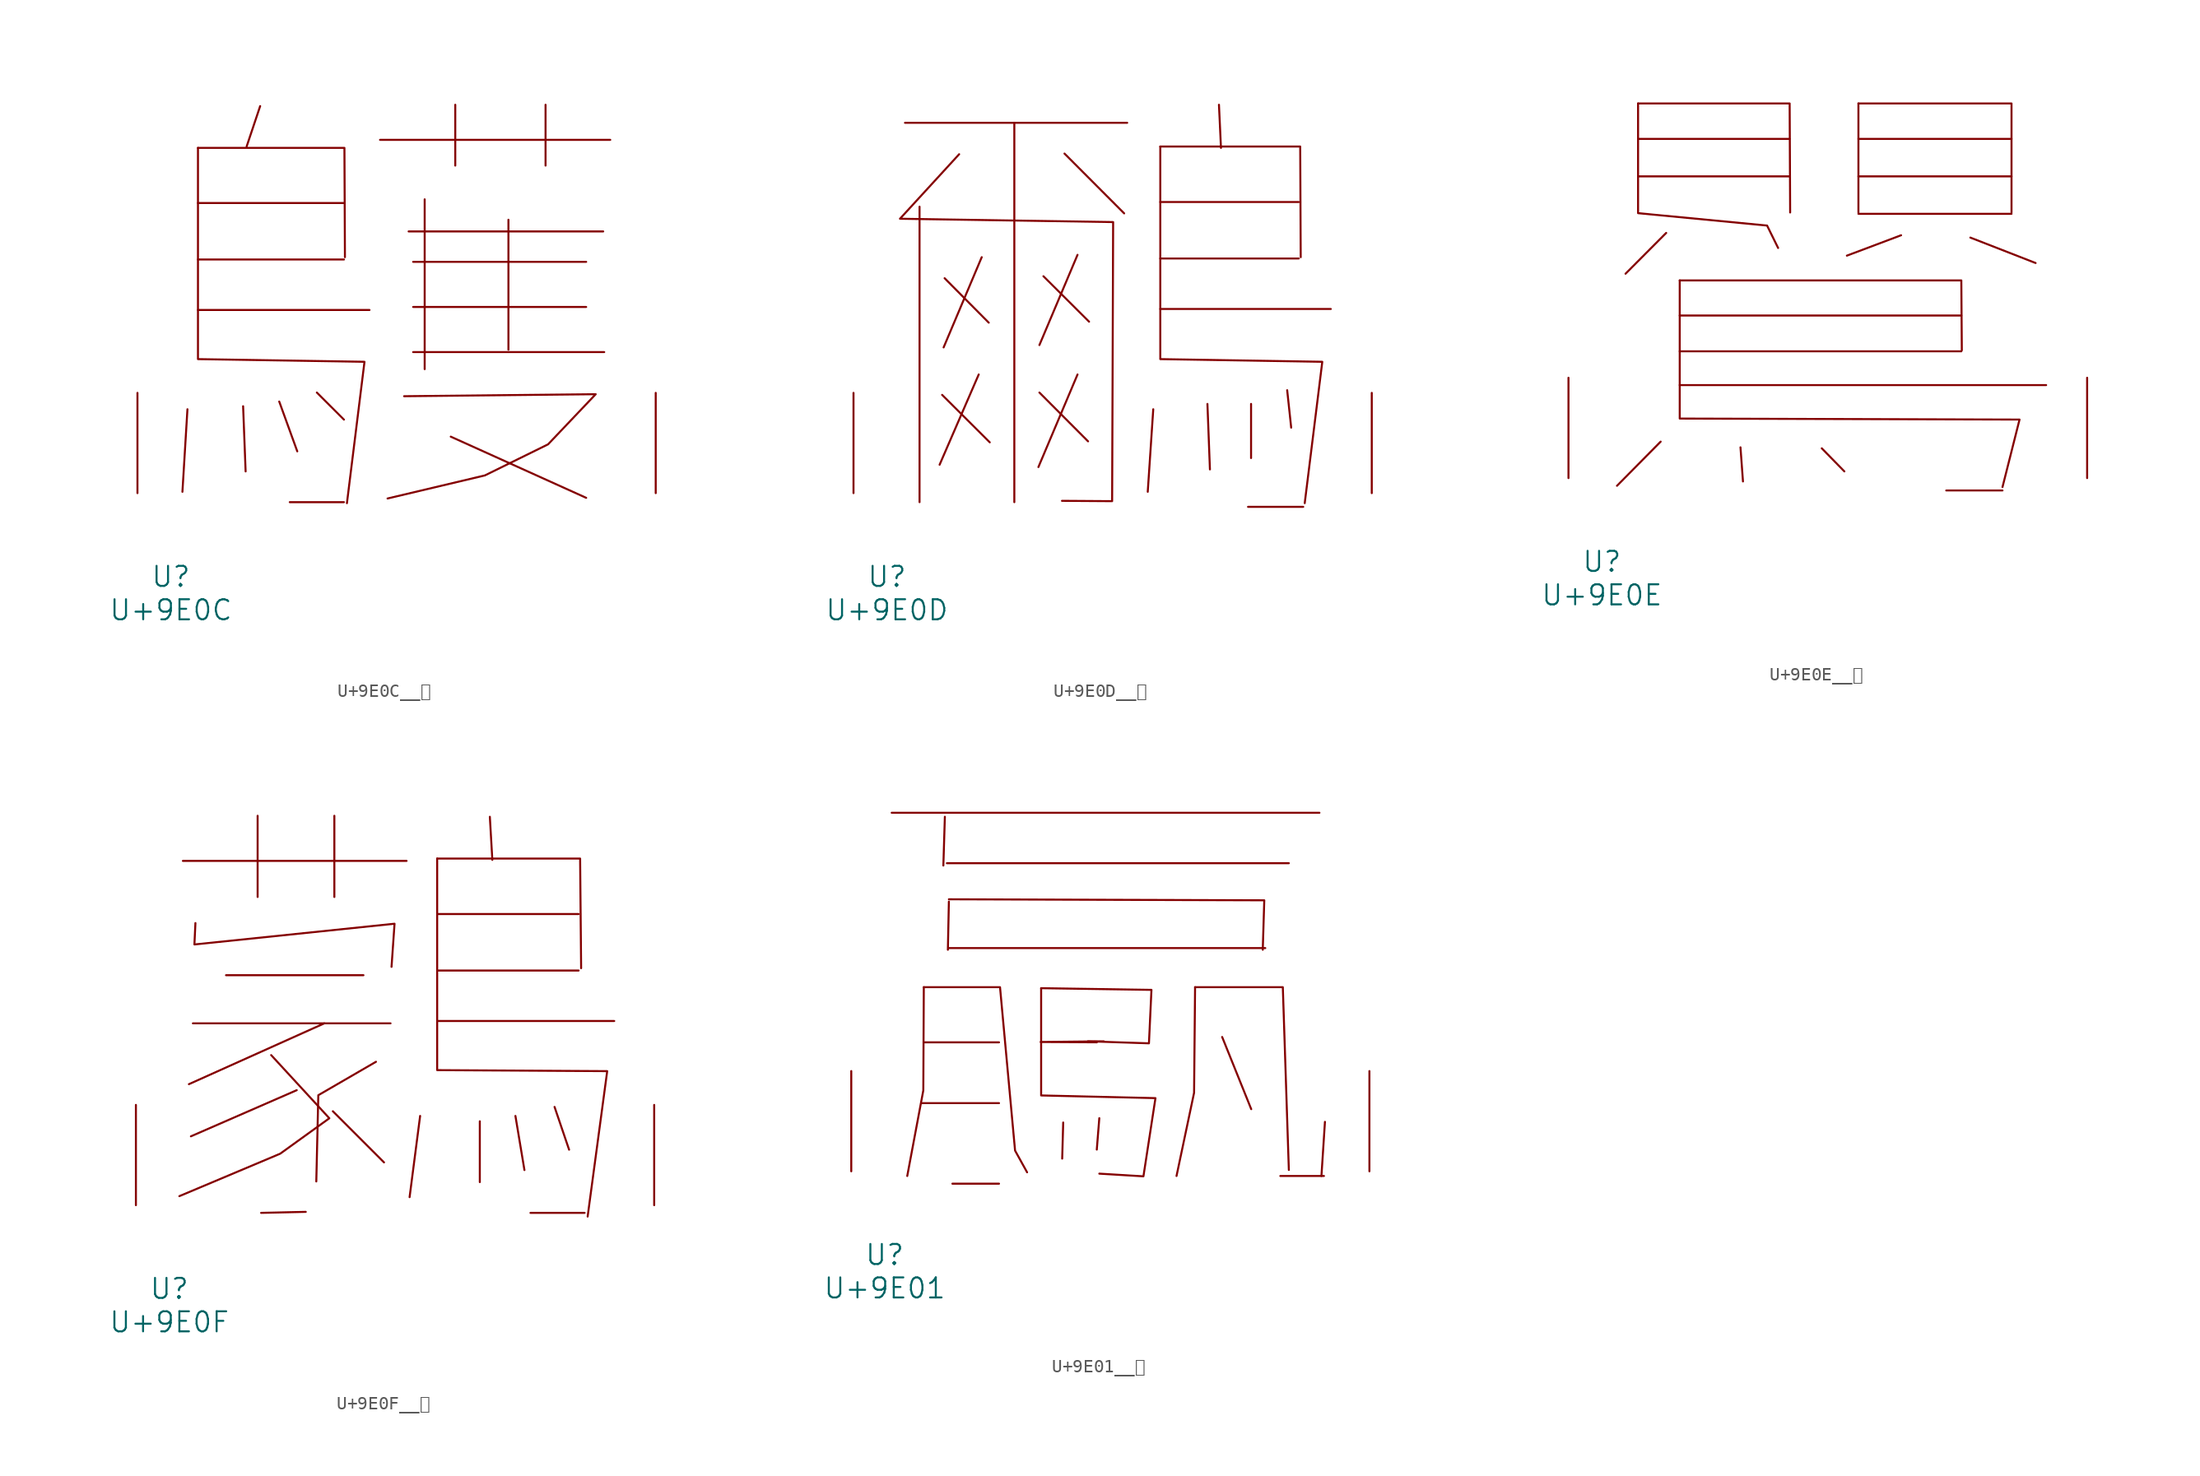
<source format=kicad_sym>
(kicad_symbol_lib
  (version 20231120)
  (generator "kicad_symbol_editor")
  (generator_version "8.0")
  (symbol "U+9E0C__鸌"
    (pin_names
      (offset 1.016))
    (property "Reference" "U"
      (at 0 -6.35 0)
      (effects (font (size 1.524 1.524))))
    (property "Value" "U+9E0C"
      (at 0 -8.89 0)
      (effects (font (size 1.524 1.524))))
    (symbol "U+9E0C__鸌_0_1"
      (polyline (pts (xy 1.257 6.375) (xy 0.876 0.102)) (stroke (width 0) (type solid)) (fill (type none)))
      (polyline (pts (xy 2.057 13.919) (xy 15.088 13.919)) (stroke (width 0) (type solid)) (fill (type none)))
      (polyline (pts (xy 2.057 17.755) (xy 13.145 17.755)) (stroke (width 0) (type solid)) (fill (type none)))
      (polyline (pts (xy 2.057 22.047) (xy 13.145 22.047)) (stroke (width 0) (type solid)) (fill (type none)))
      (polyline (pts (xy 5.486 6.604) (xy 5.677 1.651)) (stroke (width 0) (type solid)) (fill (type none)))
      (polyline (pts (xy 6.782 29.413) (xy 5.753 26.34)) (stroke (width 0) (type solid)) (fill (type none)))
      (polyline (pts (xy 8.23 6.96) (xy 9.601 3.175)) (stroke (width 0) (type solid)) (fill (type none)))
      (polyline (pts (xy 11.087 7.645) (xy 13.145 5.588)) (stroke (width 0) (type solid)) (fill (type none)))
      (polyline (pts (xy 13.145 -0.686) (xy 9.03 -0.686)) (stroke (width 0) (type solid)) (fill (type none)))
      (polyline (pts (xy 15.888 26.848) (xy 33.376 26.848)) (stroke (width 0) (type solid)) (fill (type none)))
      (polyline (pts (xy 18.059 19.888) (xy 32.842 19.888)) (stroke (width 0) (type solid)) (fill (type none)))
      (polyline (pts (xy 18.402 10.719) (xy 32.918 10.719)) (stroke (width 0) (type solid)) (fill (type none)))
      (polyline (pts (xy 18.402 14.148) (xy 31.547 14.148)) (stroke (width 0) (type solid)) (fill (type none)))
      (polyline (pts (xy 18.402 17.577) (xy 31.547 17.577)) (stroke (width 0) (type solid)) (fill (type none)))
      (polyline (pts (xy 19.279 22.327) (xy 19.279 9.423)) (stroke (width 0) (type solid)) (fill (type none)))
      (polyline (pts (xy 21.26 4.293) (xy 31.547 -0.356)) (stroke (width 0) (type solid)) (fill (type none)))
      (polyline (pts (xy 21.603 29.515) (xy 21.603 24.892)) (stroke (width 0) (type solid)) (fill (type none)))
      (polyline (pts (xy 25.641 20.777) (xy 25.641 10.897)) (stroke (width 0) (type solid)) (fill (type none)))
      (polyline (pts (xy 28.461 29.515) (xy 28.461 24.892)) (stroke (width 0) (type solid)) (fill (type none)))
      (polyline (pts (xy 2.057 26.238) (xy 13.183 26.238) (xy 13.221 17.932)) (stroke (width 0) (type solid)) (fill (type none)))
      (polyline (pts (xy 2.057 26.238) (xy 2.057 10.185) (xy 14.707 9.982) (xy 13.373 -0.762)) (stroke (width 0) (type solid)) (fill (type none)))
      (polyline (pts (xy 17.716 7.366) (xy 32.271 7.518) (xy 28.651 3.708) (xy 23.851 1.346) (xy 16.459 -0.406)) (stroke (width 0) (type solid)) (fill (type none)))
      (pin input line (at -2.54 0 90) (length 7.62) (name "~" (effects (font (size 1.27 1.27)))) (number "~" (effects (font (size 1.27 1.27)))))
      (pin input line (at 36.83 0 90) (length 7.62) (name "~" (effects (font (size 1.27 1.27)))) (number "~" (effects (font (size 1.27 1.27)))))))
  (symbol "U+9E0D__鸍"
    (pin_names
      (offset 1.016))
    (property "Reference" "U"
      (at 0 -6.35 0)
      (effects (font (size 1.524 1.524))))
    (property "Value" "U+9E0D"
      (at 0 -8.89 0)
      (effects (font (size 1.524 1.524))))
    (symbol "U+9E0D__鸍_0_1"
      (polyline (pts (xy 1.372 28.143) (xy 18.25 28.143)) (stroke (width 0) (type solid)) (fill (type none)))
      (polyline (pts (xy 2.477 21.768) (xy 2.477 -0.686)) (stroke (width 0) (type solid)) (fill (type none)))
      (polyline (pts (xy 4.191 7.468) (xy 7.811 3.861)) (stroke (width 0) (type solid)) (fill (type none)))
      (polyline (pts (xy 4.381 16.332) (xy 7.734 12.954)) (stroke (width 0) (type solid)) (fill (type none)))
      (polyline (pts (xy 6.972 9.017) (xy 4 2.159)) (stroke (width 0) (type solid)) (fill (type none)))
      (polyline (pts (xy 7.201 17.932) (xy 4.305 11.074)) (stroke (width 0) (type solid)) (fill (type none)))
      (polyline (pts (xy 9.677 28.143) (xy 9.677 -0.686)) (stroke (width 0) (type solid)) (fill (type none)))
      (polyline (pts (xy 11.582 7.645) (xy 15.278 3.937)) (stroke (width 0) (type solid)) (fill (type none)))
      (polyline (pts (xy 11.887 16.485) (xy 15.354 13.03)) (stroke (width 0) (type solid)) (fill (type none)))
      (polyline (pts (xy 13.487 25.806) (xy 18.021 21.26)) (stroke (width 0) (type solid)) (fill (type none)))
      (polyline (pts (xy 14.478 9.017) (xy 11.506 1.981)) (stroke (width 0) (type solid)) (fill (type none)))
      (polyline (pts (xy 14.478 18.11) (xy 11.582 11.252)) (stroke (width 0) (type solid)) (fill (type none)))
      (polyline (pts (xy 20.231 6.375) (xy 19.812 0.102)) (stroke (width 0) (type solid)) (fill (type none)))
      (polyline (pts (xy 20.765 13.995) (xy 33.718 13.995)) (stroke (width 0) (type solid)) (fill (type none)))
      (polyline (pts (xy 20.765 17.831) (xy 31.28 17.831)) (stroke (width 0) (type solid)) (fill (type none)))
      (polyline (pts (xy 20.765 22.123) (xy 31.28 22.123)) (stroke (width 0) (type solid)) (fill (type none)))
      (polyline (pts (xy 24.346 6.782) (xy 24.536 1.803)) (stroke (width 0) (type solid)) (fill (type none)))
      (polyline (pts (xy 25.222 29.515) (xy 25.375 26.238)) (stroke (width 0) (type solid)) (fill (type none)))
      (polyline (pts (xy 27.432 -1.041) (xy 31.623 -1.041)) (stroke (width 0) (type solid)) (fill (type none)))
      (polyline (pts (xy 27.661 6.782) (xy 27.661 2.667)) (stroke (width 0) (type solid)) (fill (type none)))
      (polyline (pts (xy 30.404 7.823) (xy 30.709 4.978)) (stroke (width 0) (type solid)) (fill (type none)))
      (polyline (pts (xy 20.765 26.34) (xy 31.394 26.34) (xy 31.433 17.932)) (stroke (width 0) (type solid)) (fill (type none)))
      (polyline (pts (xy 20.765 26.34) (xy 20.765 10.185) (xy 33.071 9.982) (xy 31.737 -0.762)) (stroke (width 0) (type solid)) (fill (type none)))
      (polyline (pts (xy 5.486 25.756) (xy 0.991 20.853) (xy 17.183 20.599) (xy 17.107 -0.61) (xy 13.297 -0.584)) (stroke (width 0) (type solid)) (fill (type none)))
      (pin input line (at -2.54 0 90) (length 7.62) (name "~" (effects (font (size 1.27 1.27)))) (number "~" (effects (font (size 1.27 1.27)))))
      (pin input line (at 36.83 0 90) (length 7.62) (name "~" (effects (font (size 1.27 1.27)))) (number "~" (effects (font (size 1.27 1.27)))))))
  (symbol "U+9E0E__鸎"
    (pin_names
      (offset 1.016))
    (property "Reference" "U"
      (at 0 -6.35 0)
      (effects (font (size 1.524 1.524))))
    (property "Value" "U+9E0E"
      (at 0 -8.89 0)
      (effects (font (size 1.524 1.524))))
    (symbol "U+9E0E__鸎_0_1"
      (polyline (pts (xy 2.743 22.911) (xy 14.249 22.911)) (stroke (width 0) (type solid)) (fill (type none)))
      (polyline (pts (xy 2.743 25.756) (xy 14.249 25.756)) (stroke (width 0) (type solid)) (fill (type none)))
      (polyline (pts (xy 4.458 2.769) (xy 1.143 -0.584)) (stroke (width 0) (type solid)) (fill (type none)))
      (polyline (pts (xy 4.877 18.618) (xy 1.791 15.519)) (stroke (width 0) (type solid)) (fill (type none)))
      (polyline (pts (xy 5.905 7.061) (xy 33.718 7.061)) (stroke (width 0) (type solid)) (fill (type none)))
      (polyline (pts (xy 5.905 9.627) (xy 27.28 9.627)) (stroke (width 0) (type solid)) (fill (type none)))
      (polyline (pts (xy 5.905 12.344) (xy 27.28 12.344)) (stroke (width 0) (type solid)) (fill (type none)))
      (polyline (pts (xy 10.516 2.337) (xy 10.706 -0.254)) (stroke (width 0) (type solid)) (fill (type none)))
      (polyline (pts (xy 16.688 2.261) (xy 18.402 0.508)) (stroke (width 0) (type solid)) (fill (type none)))
      (polyline (pts (xy 19.469 20.066) (xy 31.09 20.066)) (stroke (width 0) (type solid)) (fill (type none)))
      (polyline (pts (xy 19.469 22.911) (xy 31.09 22.911)) (stroke (width 0) (type solid)) (fill (type none)))
      (polyline (pts (xy 19.469 25.756) (xy 31.09 25.756)) (stroke (width 0) (type solid)) (fill (type none)))
      (polyline (pts (xy 19.469 28.448) (xy 19.469 20.168)) (stroke (width 0) (type solid)) (fill (type none)))
      (polyline (pts (xy 22.708 18.44) (xy 18.593 16.891)) (stroke (width 0) (type solid)) (fill (type none)))
      (polyline (pts (xy 26.137 -0.94) (xy 30.404 -0.94)) (stroke (width 0) (type solid)) (fill (type none)))
      (polyline (pts (xy 27.965 18.263) (xy 32.918 16.332)) (stroke (width 0) (type solid)) (fill (type none)))
      (polyline (pts (xy 2.743 28.448) (xy 14.249 28.448) (xy 14.287 20.168)) (stroke (width 0) (type solid)) (fill (type none)))
      (polyline (pts (xy 5.905 15.011) (xy 27.28 15.011) (xy 27.318 9.703)) (stroke (width 0) (type solid)) (fill (type none)))
      (polyline (pts (xy 19.469 28.448) (xy 31.09 28.448) (xy 31.09 20.168)) (stroke (width 0) (type solid)) (fill (type none)))
      (polyline (pts (xy 2.743 28.448) (xy 2.743 20.117) (xy 12.535 19.177) (xy 13.373 17.475)) (stroke (width 0) (type solid)) (fill (type none)))
      (polyline (pts (xy 5.905 15.011) (xy 5.905 4.521) (xy 31.699 4.445) (xy 30.404 -0.686)) (stroke (width 0) (type solid)) (fill (type none)))
      (pin input line (at -2.54 0 90) (length 7.62) (name "~" (effects (font (size 1.27 1.27)))) (number "~" (effects (font (size 1.27 1.27)))))
      (pin input line (at 36.83 0 90) (length 7.62) (name "~" (effects (font (size 1.27 1.27)))) (number "~" (effects (font (size 1.27 1.27)))))))
  (symbol "U+9E0F__鸏"
    (pin_names
      (offset 1.016))
    (property "Reference" "U"
      (at 0 -6.35 0)
      (effects (font (size 1.524 1.524))))
    (property "Value" "U+9E0F"
      (at 0 -8.89 0)
      (effects (font (size 1.524 1.524))))
    (symbol "U+9E0F__鸏_0_1"
      (polyline (pts (xy 1.029 26.162) (xy 18.021 26.162)) (stroke (width 0) (type solid)) (fill (type none)))
      (polyline (pts (xy 1.791 13.818) (xy 16.802 13.818)) (stroke (width 0) (type solid)) (fill (type none)))
      (polyline (pts (xy 4.305 17.475) (xy 14.745 17.475)) (stroke (width 0) (type solid)) (fill (type none)))
      (polyline (pts (xy 6.706 29.591) (xy 6.706 23.419)) (stroke (width 0) (type solid)) (fill (type none)))
      (polyline (pts (xy 9.677 8.738) (xy 1.638 5.232)) (stroke (width 0) (type solid)) (fill (type none)))
      (polyline (pts (xy 10.363 -0.508) (xy 6.972 -0.584)) (stroke (width 0) (type solid)) (fill (type none)))
      (polyline (pts (xy 11.773 13.818) (xy 1.486 9.195)) (stroke (width 0) (type solid)) (fill (type none)))
      (polyline (pts (xy 12.421 7.137) (xy 16.307 3.251)) (stroke (width 0) (type solid)) (fill (type none)))
      (polyline (pts (xy 12.535 29.591) (xy 12.535 23.419)) (stroke (width 0) (type solid)) (fill (type none)))
      (polyline (pts (xy 19.05 6.782) (xy 18.25 0.61)) (stroke (width 0) (type solid)) (fill (type none)))
      (polyline (pts (xy 20.345 13.995) (xy 33.795 13.995)) (stroke (width 0) (type solid)) (fill (type none)))
      (polyline (pts (xy 20.345 17.831) (xy 31.09 17.831)) (stroke (width 0) (type solid)) (fill (type none)))
      (polyline (pts (xy 20.345 22.123) (xy 31.09 22.123)) (stroke (width 0) (type solid)) (fill (type none)))
      (polyline (pts (xy 23.584 6.375) (xy 23.584 1.753)) (stroke (width 0) (type solid)) (fill (type none)))
      (polyline (pts (xy 24.346 29.515) (xy 24.536 26.238)) (stroke (width 0) (type solid)) (fill (type none)))
      (polyline (pts (xy 26.289 6.782) (xy 26.975 2.667)) (stroke (width 0) (type solid)) (fill (type none)))
      (polyline (pts (xy 29.261 7.468) (xy 30.366 4.216)) (stroke (width 0) (type solid)) (fill (type none)))
      (polyline (pts (xy 31.547 -0.584) (xy 27.432 -0.584)) (stroke (width 0) (type solid)) (fill (type none)))
      (polyline (pts (xy 15.697 10.897) (xy 11.316 8.357) (xy 11.163 1.803)) (stroke (width 0) (type solid)) (fill (type none)))
      (polyline (pts (xy 20.345 26.34) (xy 31.204 26.34) (xy 31.28 18.009)) (stroke (width 0) (type solid)) (fill (type none)))
      (polyline (pts (xy 1.981 21.438) (xy 1.905 19.812) (xy 17.107 21.387) (xy 16.878 18.11)) (stroke (width 0) (type solid)) (fill (type none)))
      (polyline (pts (xy 7.734 11.405) (xy 12.154 6.604) (xy 8.42 3.912) (xy 0.762 0.686)) (stroke (width 0) (type solid)) (fill (type none)))
      (polyline (pts (xy 20.345 26.34) (xy 20.345 10.262) (xy 33.261 10.185) (xy 31.775 -0.864)) (stroke (width 0) (type solid)) (fill (type none)))
      (pin input line (at -2.54 0 90) (length 7.62) (name "~" (effects (font (size 1.27 1.27)))) (number "~" (effects (font (size 1.27 1.27)))))
      (pin input line (at 36.83 0 90) (length 7.62) (name "~" (effects (font (size 1.27 1.27)))) (number "~" (effects (font (size 1.27 1.27)))))))
  (symbol "U+9E01__鸁"
    (pin_names
      (offset 1.016))
    (property "Reference" "U"
      (at 0 -6.35 0)
      (effects (font (size 1.524 1.524))))
    (property "Value" "U+9E01"
      (at 0 -8.89 0)
      (effects (font (size 1.524 1.524))))
    (symbol "U+9E01__鸁_0_1"
      (polyline (pts (xy 0.533 27.254) (xy 33.033 27.254)) (stroke (width 0) (type solid)) (fill (type none)))
      (polyline (pts (xy 2.857 5.182) (xy 8.687 5.182)) (stroke (width 0) (type solid)) (fill (type none)))
      (polyline (pts (xy 2.972 9.804) (xy 8.687 9.804)) (stroke (width 0) (type solid)) (fill (type none)))
      (polyline (pts (xy 4.572 26.949) (xy 4.458 23.241)) (stroke (width 0) (type solid)) (fill (type none)))
      (polyline (pts (xy 4.724 23.419) (xy 30.709 23.419)) (stroke (width 0) (type solid)) (fill (type none)))
      (polyline (pts (xy 4.877 16.967) (xy 28.918 16.967)) (stroke (width 0) (type solid)) (fill (type none)))
      (polyline (pts (xy 4.877 20.498) (xy 4.801 16.84)) (stroke (width 0) (type solid)) (fill (type none)))
      (polyline (pts (xy 5.144 -0.94) (xy 8.687 -0.94)) (stroke (width 0) (type solid)) (fill (type none)))
      (polyline (pts (xy 13.564 3.708) (xy 13.487 0.965)) (stroke (width 0) (type solid)) (fill (type none)))
      (polyline (pts (xy 16.307 4.039) (xy 16.116 1.651)) (stroke (width 0) (type solid)) (fill (type none)))
      (polyline (pts (xy 25.641 10.211) (xy 27.851 4.724)) (stroke (width 0) (type solid)) (fill (type none)))
      (polyline (pts (xy 30.061 -0.356) (xy 33.376 -0.356)) (stroke (width 0) (type solid)) (fill (type none)))
      (polyline (pts (xy 33.452 3.759) (xy 33.185 -0.356)) (stroke (width 0) (type solid)) (fill (type none)))
      (polyline (pts (xy 2.972 13.995) (xy 2.934 6.147) (xy 1.714 -0.356)) (stroke (width 0) (type solid)) (fill (type none)))
      (polyline (pts (xy 4.877 20.676) (xy 28.842 20.599) (xy 28.727 16.84)) (stroke (width 0) (type solid)) (fill (type none)))
      (polyline (pts (xy 16.116 9.804) (xy 11.849 9.83) (xy 16.65 9.881)) (stroke (width 0) (type solid)) (fill (type none)))
      (polyline (pts (xy 23.584 13.995) (xy 23.508 5.969) (xy 22.174 -0.356)) (stroke (width 0) (type solid)) (fill (type none)))
      (polyline (pts (xy 23.584 13.995) (xy 30.251 13.995) (xy 30.709 0.102)) (stroke (width 0) (type solid)) (fill (type none)))
      (polyline (pts (xy 2.972 13.995) (xy 8.763 13.995) (xy 9.906 1.575) (xy 10.82 -0.076)) (stroke (width 0) (type solid)) (fill (type none)))
      (polyline (pts (xy 11.887 13.919) (xy 20.269 13.792) (xy 20.079 9.728) (xy 15.431 9.881)) (stroke (width 0) (type solid)) (fill (type none)))
      (polyline (pts (xy 11.887 13.919) (xy 11.887 5.766) (xy 20.574 5.563) (xy 19.66 -0.381) (xy 16.307 -0.178)) (stroke (width 0) (type solid)) (fill (type none)))
      (pin input line (at -2.54 0 90) (length 7.62) (name "~" (effects (font (size 1.27 1.27)))) (number "~" (effects (font (size 1.27 1.27)))))
      (pin input line (at 36.83 0 90) (length 7.62) (name "~" (effects (font (size 1.27 1.27)))) (number "~" (effects (font (size 1.27 1.27))))))))
</source>
